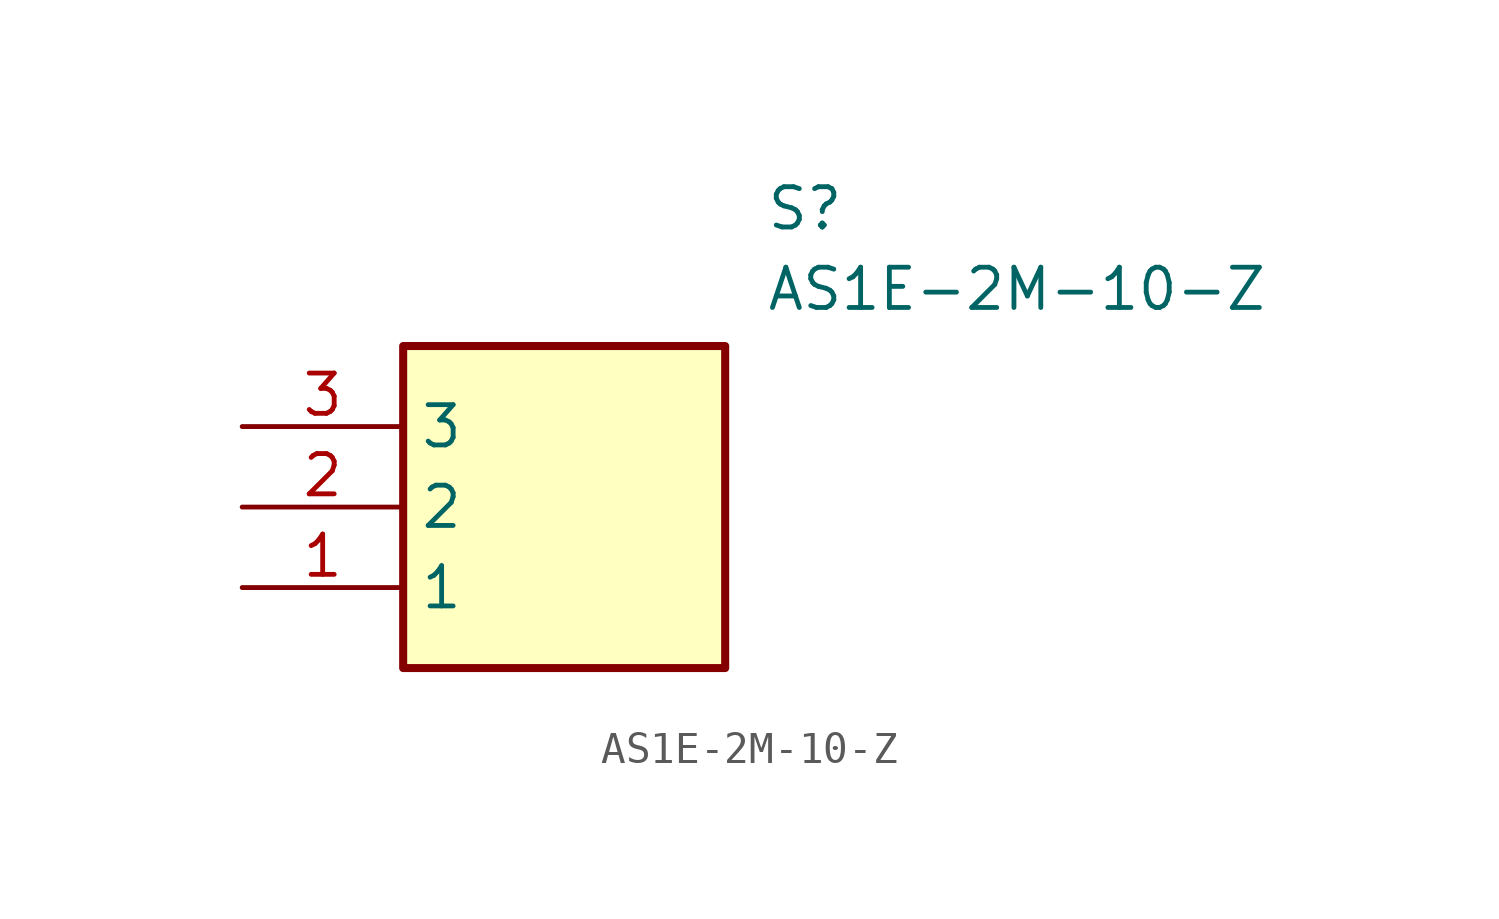
<source format=kicad_sym>
(kicad_symbol_lib
  (version 20211014)
  (generator SamacSys_ECAD_Model)
  (symbol "AS1E-2M-10-Z"
    (property "Reference" "S"
      (at 16.51 7.62 0)
      (effects (font (size 1.27 1.27)) (justify left top)))
    (property "Value" "AS1E-2M-10-Z"
      (at 16.51 5.08 0)
      (effects (font (size 1.27 1.27)) (justify left top)))
    (rectangle
      (start 5.08 2.54)
      (end 15.24 -7.62)
      (stroke (width 0.254) (type default))
      (fill (type background)))
    (pin passive line
      (at 0 -5.08 0)
      (length 5.08)
      (name "1" (effects (font (size 1.27 1.27))))
      (number "1" (effects (font (size 1.27 1.27)))))
    (pin passive line
      (at 0 -2.54 0)
      (length 5.08)
      (name "2" (effects (font (size 1.27 1.27))))
      (number "2" (effects (font (size 1.27 1.27)))))
    (pin passive line
      (at 0 0 0)
      (length 5.08)
      (name "3" (effects (font (size 1.27 1.27))))
      (number "3" (effects (font (size 1.27 1.27)))))))
</source>
